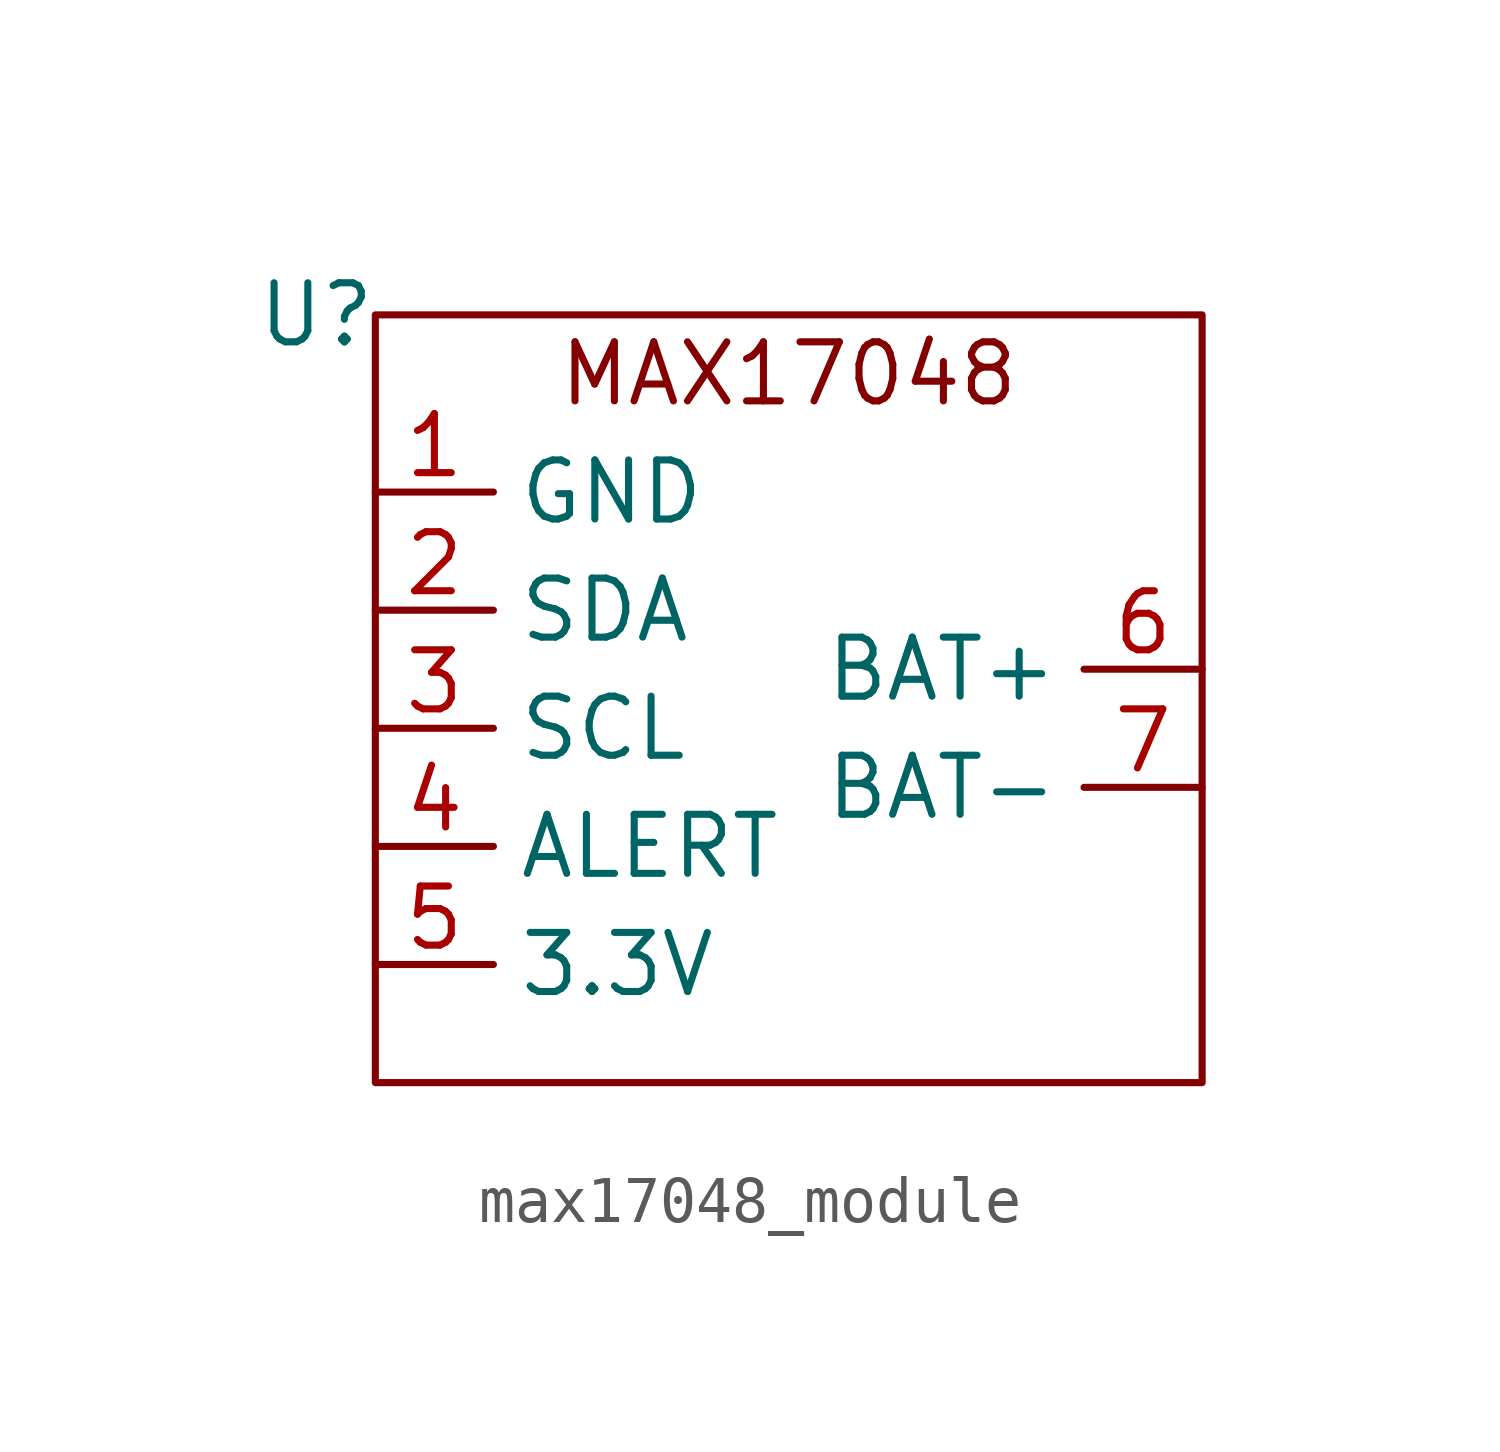
<source format=kicad_sym>
(kicad_symbol_lib
  (version 20220914)
  (generator kicad_symbol_editor)
  (symbol "max17048_module"
    (property "Reference" "U"
      (at 0 0 0)
      (effects (font (size 1.27 1.27))))
    (property "Value" ""
      (at 0 0 0)
      (effects (font (size 1.27 1.27))))
    (symbol "max17048_module_0_1"
      (rectangle (start 1.27 0) (end 19.05 -16.51) (stroke (width 0) (type default)) (fill (type none))))
    (symbol "max17048_module_1_1"
      (text "MAX17048" (at 10.16 -1.27 0) (effects (font (size 1.27 1.27))))
      (pin input line (at 1.27 -3.81 0) (length 2.54) (name "GND" (effects (font (size 1.27 1.27)))) (number "1" (effects (font (size 1.27 1.27)))))
      (pin input line (at 1.27 -6.35 0) (length 2.54) (name "SDA" (effects (font (size 1.27 1.27)))) (number "2" (effects (font (size 1.27 1.27)))))
      (pin input line (at 1.27 -8.89 0) (length 2.54) (name "SCL" (effects (font (size 1.27 1.27)))) (number "3" (effects (font (size 1.27 1.27)))))
      (pin input line (at 1.27 -11.43 0) (length 2.54) (name "ALERT" (effects (font (size 1.27 1.27)))) (number "4" (effects (font (size 1.27 1.27)))))
      (pin input line (at 1.27 -13.97 0) (length 2.54) (name "3.3V" (effects (font (size 1.27 1.27)))) (number "5" (effects (font (size 1.27 1.27)))))
      (pin input line (at 19.05 -7.62 180) (length 2.54) (name "BAT+" (effects (font (size 1.27 1.27)))) (number "6" (effects (font (size 1.27 1.27)))))
      (pin input line (at 19.05 -10.16 180) (length 2.54) (name "BAT-" (effects (font (size 1.27 1.27)))) (number "7" (effects (font (size 1.27 1.27))))))))
</source>
